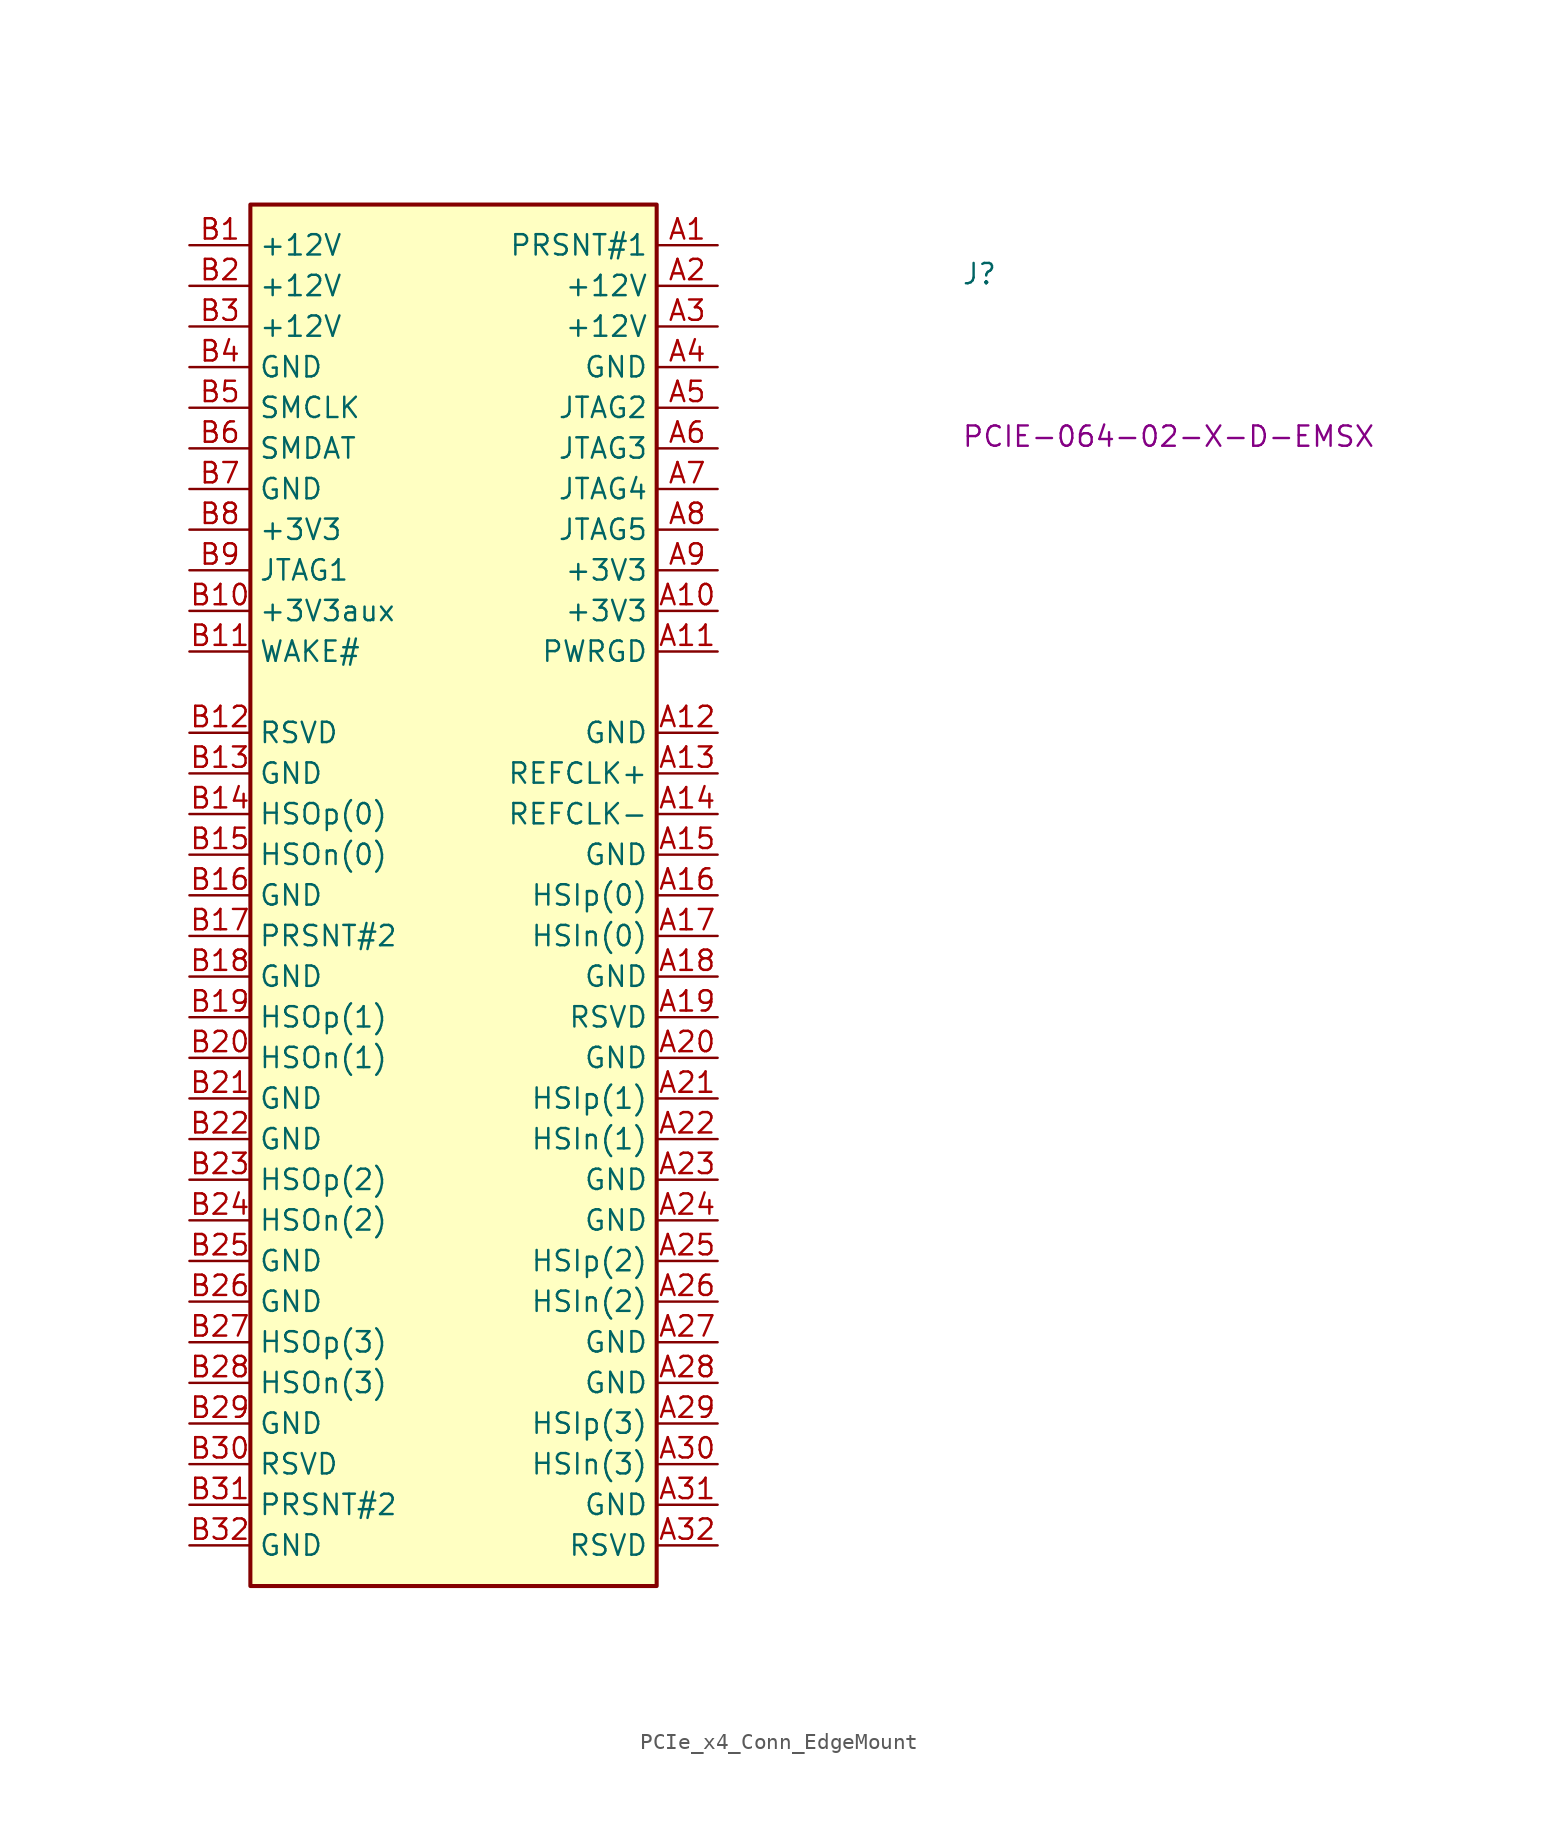
<source format=kicad_sym>
(kicad_symbol_lib
  (version 20220914)
  (generator kicad_symbol_editor)
  (symbol "PCIe_x4_Conn_EdgeMount"
    (property "Reference" "J"
      (at 48.26 -2.54 0)
      (effects (font (size 1.27 1.27) (thickness 0.15)) (justify left bottom)))
    (property "MPN" "PCIE-064-02-X-D-EMSX"
      (at 48.26 -12.7 0)
      (effects (font (size 1.27 1.27) (thickness 0.15)) (justify left bottom)))
    (symbol "PCIe_x4_Conn_EdgeMount_0_1"
      (rectangle (start 3.81 2.54) (end 29.21 -83.82) (stroke (width 0.254) (type default)) (fill (type background))))
    (symbol "PCIe_x4_Conn_EdgeMount_1_1"
      (pin passive line (at 33.02 0 180) (length 3.81) (name "PRSNT#1" (effects (font (size 1.27 1.27)))) (number "A1" (effects (font (size 1.27 1.27)))))
      (pin passive line (at 33.02 -22.86 180) (length 3.81) (name "+3V3" (effects (font (size 1.27 1.27)))) (number "A10" (effects (font (size 1.27 1.27)))))
      (pin passive line (at 33.02 -25.4 180) (length 3.81) (name "PWRGD" (effects (font (size 1.27 1.27)))) (number "A11" (effects (font (size 1.27 1.27)))))
      (pin passive line (at 33.02 -30.48 180) (length 3.81) (name "GND" (effects (font (size 1.27 1.27)))) (number "A12" (effects (font (size 1.27 1.27)))))
      (pin passive line (at 33.02 -33.02 180) (length 3.81) (name "REFCLK+" (effects (font (size 1.27 1.27)))) (number "A13" (effects (font (size 1.27 1.27)))))
      (pin passive line (at 33.02 -35.56 180) (length 3.81) (name "REFCLK-" (effects (font (size 1.27 1.27)))) (number "A14" (effects (font (size 1.27 1.27)))))
      (pin passive line (at 33.02 -38.1 180) (length 3.81) (name "GND" (effects (font (size 1.27 1.27)))) (number "A15" (effects (font (size 1.27 1.27)))))
      (pin passive line (at 33.02 -40.64 180) (length 3.81) (name "HSIp(0)" (effects (font (size 1.27 1.27)))) (number "A16" (effects (font (size 1.27 1.27)))))
      (pin passive line (at 33.02 -43.18 180) (length 3.81) (name "HSIn(0)" (effects (font (size 1.27 1.27)))) (number "A17" (effects (font (size 1.27 1.27)))))
      (pin passive line (at 33.02 -45.72 180) (length 3.81) (name "GND" (effects (font (size 1.27 1.27)))) (number "A18" (effects (font (size 1.27 1.27)))))
      (pin passive line (at 33.02 -48.26 180) (length 3.81) (name "RSVD" (effects (font (size 1.27 1.27)))) (number "A19" (effects (font (size 1.27 1.27)))))
      (pin passive line (at 33.02 -2.54 180) (length 3.81) (name "+12V" (effects (font (size 1.27 1.27)))) (number "A2" (effects (font (size 1.27 1.27)))))
      (pin passive line (at 33.02 -50.8 180) (length 3.81) (name "GND" (effects (font (size 1.27 1.27)))) (number "A20" (effects (font (size 1.27 1.27)))))
      (pin passive line (at 33.02 -53.34 180) (length 3.81) (name "HSIp(1)" (effects (font (size 1.27 1.27)))) (number "A21" (effects (font (size 1.27 1.27)))))
      (pin passive line (at 33.02 -55.88 180) (length 3.81) (name "HSIn(1)" (effects (font (size 1.27 1.27)))) (number "A22" (effects (font (size 1.27 1.27)))))
      (pin passive line (at 33.02 -58.42 180) (length 3.81) (name "GND" (effects (font (size 1.27 1.27)))) (number "A23" (effects (font (size 1.27 1.27)))))
      (pin passive line (at 33.02 -60.96 180) (length 3.81) (name "GND" (effects (font (size 1.27 1.27)))) (number "A24" (effects (font (size 1.27 1.27)))))
      (pin passive line (at 33.02 -63.5 180) (length 3.81) (name "HSIp(2)" (effects (font (size 1.27 1.27)))) (number "A25" (effects (font (size 1.27 1.27)))))
      (pin passive line (at 33.02 -66.04 180) (length 3.81) (name "HSIn(2)" (effects (font (size 1.27 1.27)))) (number "A26" (effects (font (size 1.27 1.27)))))
      (pin passive line (at 33.02 -68.58 180) (length 3.81) (name "GND" (effects (font (size 1.27 1.27)))) (number "A27" (effects (font (size 1.27 1.27)))))
      (pin input line (at 33.02 -71.12 180) (length 3.81) (name "GND" (effects (font (size 1.27 1.27)))) (number "A28" (effects (font (size 1.27 1.27)))))
      (pin passive line (at 33.02 -73.66 180) (length 3.81) (name "HSIp(3)" (effects (font (size 1.27 1.27)))) (number "A29" (effects (font (size 1.27 1.27)))))
      (pin passive line (at 33.02 -5.08 180) (length 3.81) (name "+12V" (effects (font (size 1.27 1.27)))) (number "A3" (effects (font (size 1.27 1.27)))))
      (pin passive line (at 33.02 -76.2 180) (length 3.81) (name "HSIn(3)" (effects (font (size 1.27 1.27)))) (number "A30" (effects (font (size 1.27 1.27)))))
      (pin passive line (at 33.02 -78.74 180) (length 3.81) (name "GND" (effects (font (size 1.27 1.27)))) (number "A31" (effects (font (size 1.27 1.27)))))
      (pin passive line (at 33.02 -81.28 180) (length 3.81) (name "RSVD" (effects (font (size 1.27 1.27)))) (number "A32" (effects (font (size 1.27 1.27)))))
      (pin passive line (at 33.02 -7.62 180) (length 3.81) (name "GND" (effects (font (size 1.27 1.27)))) (number "A4" (effects (font (size 1.27 1.27)))))
      (pin passive line (at 33.02 -10.16 180) (length 3.81) (name "JTAG2" (effects (font (size 1.27 1.27)))) (number "A5" (effects (font (size 1.27 1.27)))))
      (pin passive line (at 33.02 -12.7 180) (length 3.81) (name "JTAG3" (effects (font (size 1.27 1.27)))) (number "A6" (effects (font (size 1.27 1.27)))))
      (pin passive line (at 33.02 -15.24 180) (length 3.81) (name "JTAG4" (effects (font (size 1.27 1.27)))) (number "A7" (effects (font (size 1.27 1.27)))))
      (pin passive line (at 33.02 -17.78 180) (length 3.81) (name "JTAG5" (effects (font (size 1.27 1.27)))) (number "A8" (effects (font (size 1.27 1.27)))))
      (pin passive line (at 33.02 -20.32 180) (length 3.81) (name "+3V3" (effects (font (size 1.27 1.27)))) (number "A9" (effects (font (size 1.27 1.27)))))
      (pin passive line (at 0 0 0) (length 3.81) (name "+12V" (effects (font (size 1.27 1.27)))) (number "B1" (effects (font (size 1.27 1.27)))))
      (pin passive line (at 0 -22.86 0) (length 3.81) (name "+3V3aux" (effects (font (size 1.27 1.27)))) (number "B10" (effects (font (size 1.27 1.27)))))
      (pin passive line (at 0 -25.4 0) (length 3.81) (name "WAKE#" (effects (font (size 1.27 1.27)))) (number "B11" (effects (font (size 1.27 1.27)))))
      (pin passive line (at 0 -30.48 0) (length 3.81) (name "RSVD" (effects (font (size 1.27 1.27)))) (number "B12" (effects (font (size 1.27 1.27)))))
      (pin passive line (at 0 -33.02 0) (length 3.81) (name "GND" (effects (font (size 1.27 1.27)))) (number "B13" (effects (font (size 1.27 1.27)))))
      (pin passive line (at 0 -35.56 0) (length 3.81) (name "HSOp(0)" (effects (font (size 1.27 1.27)))) (number "B14" (effects (font (size 1.27 1.27)))))
      (pin passive line (at 0 -38.1 0) (length 3.81) (name "HSOn(0)" (effects (font (size 1.27 1.27)))) (number "B15" (effects (font (size 1.27 1.27)))))
      (pin passive line (at 0 -40.64 0) (length 3.81) (name "GND" (effects (font (size 1.27 1.27)))) (number "B16" (effects (font (size 1.27 1.27)))))
      (pin passive line (at 0 -43.18 0) (length 3.81) (name "PRSNT#2" (effects (font (size 1.27 1.27)))) (number "B17" (effects (font (size 1.27 1.27)))))
      (pin passive line (at 0 -45.72 0) (length 3.81) (name "GND" (effects (font (size 1.27 1.27)))) (number "B18" (effects (font (size 1.27 1.27)))))
      (pin passive line (at 0 -48.26 0) (length 3.81) (name "HSOp(1)" (effects (font (size 1.27 1.27)))) (number "B19" (effects (font (size 1.27 1.27)))))
      (pin passive line (at 0 -2.54 0) (length 3.81) (name "+12V" (effects (font (size 1.27 1.27)))) (number "B2" (effects (font (size 1.27 1.27)))))
      (pin passive line (at 0 -50.8 0) (length 3.81) (name "HSOn(1)" (effects (font (size 1.27 1.27)))) (number "B20" (effects (font (size 1.27 1.27)))))
      (pin passive line (at 0 -53.34 0) (length 3.81) (name "GND" (effects (font (size 1.27 1.27)))) (number "B21" (effects (font (size 1.27 1.27)))))
      (pin passive line (at 0 -55.88 0) (length 3.81) (name "GND" (effects (font (size 1.27 1.27)))) (number "B22" (effects (font (size 1.27 1.27)))))
      (pin passive line (at 0 -58.42 0) (length 3.81) (name "HSOp(2)" (effects (font (size 1.27 1.27)))) (number "B23" (effects (font (size 1.27 1.27)))))
      (pin passive line (at 0 -60.96 0) (length 3.81) (name "HSOn(2)" (effects (font (size 1.27 1.27)))) (number "B24" (effects (font (size 1.27 1.27)))))
      (pin passive line (at 0 -63.5 0) (length 3.81) (name "GND" (effects (font (size 1.27 1.27)))) (number "B25" (effects (font (size 1.27 1.27)))))
      (pin passive line (at 0 -66.04 0) (length 3.81) (name "GND" (effects (font (size 1.27 1.27)))) (number "B26" (effects (font (size 1.27 1.27)))))
      (pin passive line (at 0 -68.58 0) (length 3.81) (name "HSOp(3)" (effects (font (size 1.27 1.27)))) (number "B27" (effects (font (size 1.27 1.27)))))
      (pin passive line (at 0 -71.12 0) (length 3.81) (name "HSOn(3)" (effects (font (size 1.27 1.27)))) (number "B28" (effects (font (size 1.27 1.27)))))
      (pin passive line (at 0 -73.66 0) (length 3.81) (name "GND" (effects (font (size 1.27 1.27)))) (number "B29" (effects (font (size 1.27 1.27)))))
      (pin passive line (at 0 -5.08 0) (length 3.81) (name "+12V" (effects (font (size 1.27 1.27)))) (number "B3" (effects (font (size 1.27 1.27)))))
      (pin passive line (at 0 -76.2 0) (length 3.81) (name "RSVD" (effects (font (size 1.27 1.27)))) (number "B30" (effects (font (size 1.27 1.27)))))
      (pin passive line (at 0 -78.74 0) (length 3.81) (name "PRSNT#2" (effects (font (size 1.27 1.27)))) (number "B31" (effects (font (size 1.27 1.27)))))
      (pin passive line (at 0 -81.28 0) (length 3.81) (name "GND" (effects (font (size 1.27 1.27)))) (number "B32" (effects (font (size 1.27 1.27)))))
      (pin passive line (at 0 -7.62 0) (length 3.81) (name "GND" (effects (font (size 1.27 1.27)))) (number "B4" (effects (font (size 1.27 1.27)))))
      (pin passive line (at 0 -10.16 0) (length 3.81) (name "SMCLK" (effects (font (size 1.27 1.27)))) (number "B5" (effects (font (size 1.27 1.27)))))
      (pin passive line (at 0 -12.7 0) (length 3.81) (name "SMDAT" (effects (font (size 1.27 1.27)))) (number "B6" (effects (font (size 1.27 1.27)))))
      (pin passive line (at 0 -15.24 0) (length 3.81) (name "GND" (effects (font (size 1.27 1.27)))) (number "B7" (effects (font (size 1.27 1.27)))))
      (pin passive line (at 0 -17.78 0) (length 3.81) (name "+3V3" (effects (font (size 1.27 1.27)))) (number "B8" (effects (font (size 1.27 1.27)))))
      (pin passive line (at 0 -20.32 0) (length 3.81) (name "JTAG1" (effects (font (size 1.27 1.27)))) (number "B9" (effects (font (size 1.27 1.27))))))))
</source>
